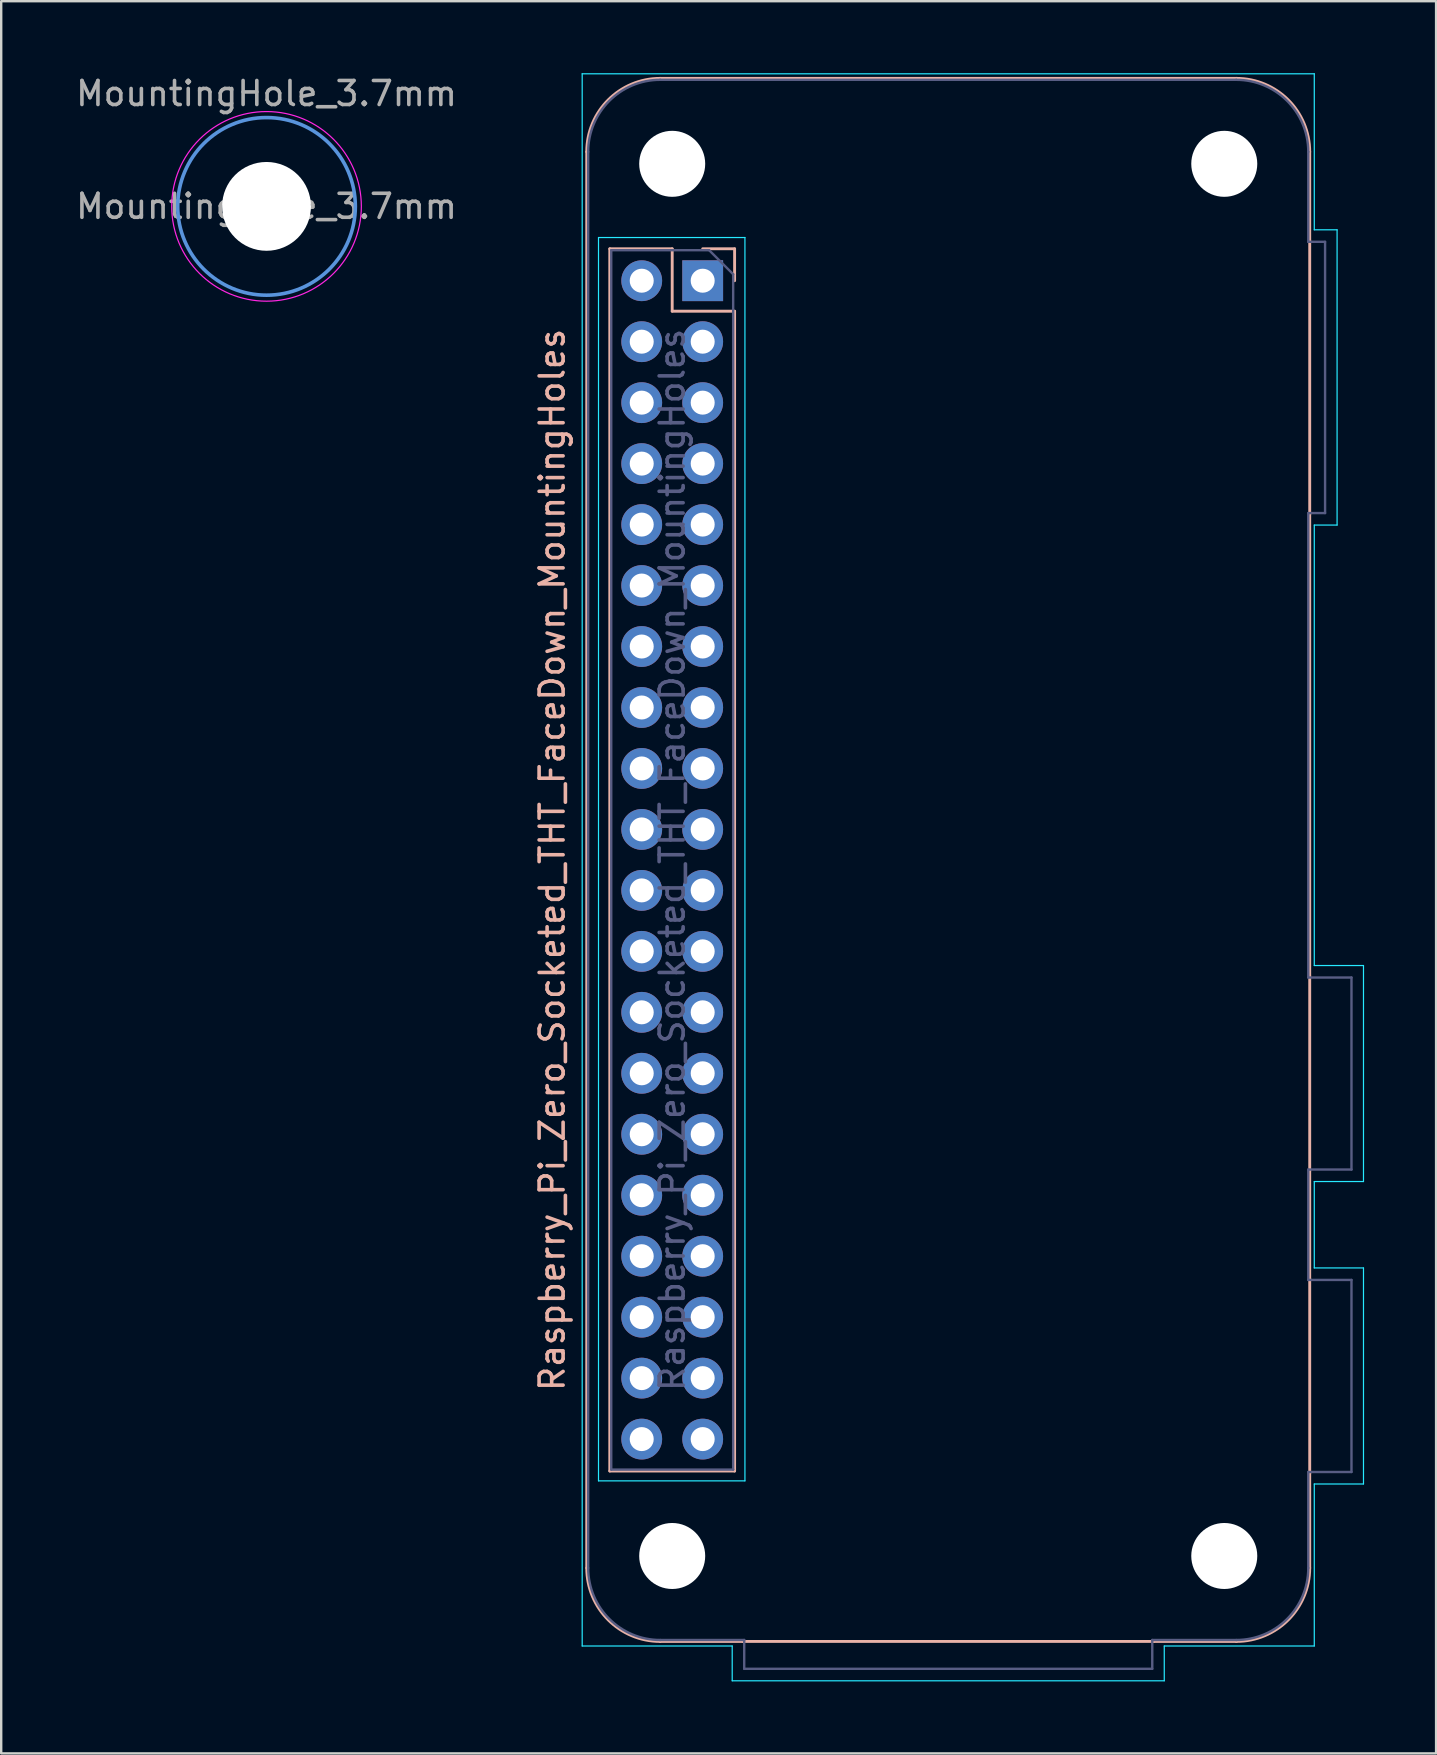
<source format=kicad_pcb>
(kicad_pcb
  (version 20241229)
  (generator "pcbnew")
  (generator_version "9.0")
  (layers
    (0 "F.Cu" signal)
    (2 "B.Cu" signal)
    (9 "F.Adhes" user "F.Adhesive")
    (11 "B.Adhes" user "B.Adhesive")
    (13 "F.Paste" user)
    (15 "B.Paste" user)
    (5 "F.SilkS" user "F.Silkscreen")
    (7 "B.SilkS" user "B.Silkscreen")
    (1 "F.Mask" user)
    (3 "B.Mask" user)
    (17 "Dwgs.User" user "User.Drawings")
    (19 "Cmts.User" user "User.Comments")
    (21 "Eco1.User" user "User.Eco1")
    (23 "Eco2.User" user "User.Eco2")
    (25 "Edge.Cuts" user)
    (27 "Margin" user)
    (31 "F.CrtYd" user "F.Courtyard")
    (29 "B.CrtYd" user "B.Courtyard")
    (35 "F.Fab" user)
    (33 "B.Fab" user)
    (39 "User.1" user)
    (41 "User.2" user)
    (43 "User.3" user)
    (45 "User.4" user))
  (footprint "MountingHole_3.7mm"
    (layer "F.Cu")
    (at 8.054 5.548)
    (property "Reference" "MountingHole_3.7mm" (at 0 -4.7 0) (layer "F.Fab") (effects (font (size 1 1) (thickness 0.15))))
    (attr exclude_from_pos_files exclude_from_bom)
    (fp_circle (center 0 0) (end 3.7 0) (stroke (width 0.15) (type solid)) (fill no) (layer "Cmts.User"))
    (fp_circle (center 0 0) (end 3.95 0) (stroke (width 0.05) (type solid)) (fill no) (layer "F.CrtYd"))
    (fp_text user "${REFERENCE}" (at 0 0 0) (layer "F.Fab") (effects (font (size 1 1) (thickness 0.15))))
    (pad "" np_thru_hole circle (at 0 0) (size 3.7 3.7) (drill 3.7) (layers "*.Cu" "*.Mask")))
  (footprint "Raspberry_Pi_Zero_Socketed_THT_FaceDown_MountingHoles"
    (layer "F.Cu")
    (at 26.225 8.645)
    (property "Reference" "Raspberry_Pi_Zero_Socketed_THT_FaceDown_MountingHoles" (at -6.27 24.13 270) (layer "B.SilkS") (effects (font (size 1 1) (thickness 0.15))))
    (attr through_hole)
    (fp_line (start -4.83 53.63) (end -4.83 -5.37) (stroke (width 0.12) (type solid)) (layer "B.SilkS"))
    (fp_line (start -3.87 -1.33) (end -3.87 49.59) (stroke (width 0.12) (type solid)) (layer "B.SilkS"))
    (fp_line (start -3.87 -1.33) (end -1.27 -1.33) (stroke (width 0.12) (type solid)) (layer "B.SilkS"))
    (fp_line (start -3.87 49.59) (end 1.33 49.59) (stroke (width 0.12) (type solid)) (layer "B.SilkS"))
    (fp_line (start -1.77 -8.43) (end 22.23 -8.43) (stroke (width 0.12) (type solid)) (layer "B.SilkS"))
    (fp_line (start -1.27 -1.33) (end -1.27 1.27) (stroke (width 0.12) (type solid)) (layer "B.SilkS"))
    (fp_line (start -1.27 1.27) (end 1.33 1.27) (stroke (width 0.12) (type solid)) (layer "B.SilkS"))
    (fp_line (start 0 -1.33) (end 1.33 -1.33) (stroke (width 0.12) (type solid)) (layer "B.SilkS"))
    (fp_line (start 1.33 -1.33) (end 1.33 0) (stroke (width 0.12) (type solid)) (layer "B.SilkS"))
    (fp_line (start 1.33 1.27) (end 1.33 49.59) (stroke (width 0.12) (type solid)) (layer "B.SilkS"))
    (fp_line (start 1.67 56.69) (end -1.77 56.69) (stroke (width 0.12) (type solid)) (layer "B.SilkS"))
    (fp_line (start 1.67 56.69) (end 18.79 56.69) (stroke (width 0.12) (type solid)) (layer "B.SilkS"))
    (fp_line (start 18.79 56.69) (end 22.23 56.69) (stroke (width 0.12) (type solid)) (layer "B.SilkS"))
    (fp_line (start 25.29 -1.68) (end 25.29 -5.37) (stroke (width 0.12) (type solid)) (layer "B.SilkS"))
    (fp_line (start 25.29 9.74) (end 25.29 -1.68) (stroke (width 0.12) (type solid)) (layer "B.SilkS"))
    (fp_line (start 25.29 28.97) (end 25.29 9.74) (stroke (width 0.12) (type solid)) (layer "B.SilkS"))
    (fp_line (start 25.29 37.09) (end 25.29 28.97) (stroke (width 0.12) (type solid)) (layer "B.SilkS"))
    (fp_line (start 25.29 41.57) (end 25.29 37.09) (stroke (width 0.12) (type solid)) (layer "B.SilkS"))
    (fp_line (start 25.29 49.69) (end 25.29 41.57) (stroke (width 0.12) (type solid)) (layer "B.SilkS"))
    (fp_line (start 25.29 53.63) (end 25.29 49.69) (stroke (width 0.12) (type solid)) (layer "B.SilkS"))
    (fp_arc (start -4.83 -5.37) (mid -3.933747 -7.533747) (end -1.77 -8.43) (stroke (width 0.12) (type solid)) (layer "B.SilkS"))
    (fp_arc (start -1.77 56.69) (mid -3.933747 55.793747) (end -4.83 53.63) (stroke (width 0.12) (type solid)) (layer "B.SilkS"))
    (fp_arc (start 22.23 -8.43) (mid 24.393747 -7.533747) (end 25.29 -5.37) (stroke (width 0.12) (type solid)) (layer "B.SilkS"))
    (fp_arc (start 25.29 53.63) (mid 24.393747 55.793747) (end 22.23 56.69) (stroke (width 0.12) (type solid)) (layer "B.SilkS"))
    (fp_line (start -5.02 -8.62) (end 25.48 -8.62) (stroke (width 0.05) (type solid)) (layer "B.CrtYd"))
    (fp_line (start -5.02 56.88) (end -5.02 -8.62) (stroke (width 0.05) (type solid)) (layer "B.CrtYd"))
    (fp_line (start -5.02 56.88) (end 1.23 56.88) (stroke (width 0.05) (type solid)) (layer "B.CrtYd"))
    (fp_line (start -4.34 -1.8) (end 1.76 -1.8) (stroke (width 0.05) (type solid)) (layer "B.CrtYd"))
    (fp_line (start -4.34 50) (end -4.34 -1.8) (stroke (width 0.05) (type solid)) (layer "B.CrtYd"))
    (fp_line (start 1.23 58.33) (end 1.23 56.88) (stroke (width 0.05) (type solid)) (layer "B.CrtYd"))
    (fp_line (start 1.76 -1.8) (end 1.76 50) (stroke (width 0.05) (type solid)) (layer "B.CrtYd"))
    (fp_line (start 1.76 50) (end -4.34 50) (stroke (width 0.05) (type solid)) (layer "B.CrtYd"))
    (fp_line (start 19.23 56.88) (end 25.48 56.88) (stroke (width 0.05) (type solid)) (layer "B.CrtYd"))
    (fp_line (start 19.23 58.33) (end 1.23 58.33) (stroke (width 0.05) (type solid)) (layer "B.CrtYd"))
    (fp_line (start 19.23 58.33) (end 19.23 56.88) (stroke (width 0.05) (type solid)) (layer "B.CrtYd"))
    (fp_line (start 25.48 -2.12) (end 25.48 -8.62) (stroke (width 0.05) (type solid)) (layer "B.CrtYd"))
    (fp_line (start 25.48 28.53) (end 25.48 10.18) (stroke (width 0.05) (type solid)) (layer "B.CrtYd"))
    (fp_line (start 25.48 37.53) (end 25.48 41.13) (stroke (width 0.05) (type solid)) (layer "B.CrtYd"))
    (fp_line (start 25.48 50.13) (end 25.48 56.88) (stroke (width 0.05) (type solid)) (layer "B.CrtYd"))
    (fp_line (start 26.43 -2.12) (end 25.48 -2.12) (stroke (width 0.05) (type solid)) (layer "B.CrtYd"))
    (fp_line (start 26.43 -2.12) (end 26.43 10.18) (stroke (width 0.05) (type solid)) (layer "B.CrtYd"))
    (fp_line (start 26.43 10.18) (end 25.48 10.18) (stroke (width 0.05) (type solid)) (layer "B.CrtYd"))
    (fp_line (start 27.53 28.53) (end 25.48 28.53) (stroke (width 0.05) (type solid)) (layer "B.CrtYd"))
    (fp_line (start 27.53 37.53) (end 25.48 37.53) (stroke (width 0.05) (type solid)) (layer "B.CrtYd"))
    (fp_line (start 27.53 37.53) (end 27.53 28.53) (stroke (width 0.05) (type solid)) (layer "B.CrtYd"))
    (fp_line (start 27.53 41.13) (end 25.48 41.13) (stroke (width 0.05) (type solid)) (layer "B.CrtYd"))
    (fp_line (start 27.53 50.13) (end 25.48 50.13) (stroke (width 0.05) (type solid)) (layer "B.CrtYd"))
    (fp_line (start 27.53 50.13) (end 27.53 41.13) (stroke (width 0.05) (type solid)) (layer "B.CrtYd"))
    (fp_line (start -4.77 53.63) (end -4.77 -5.37) (stroke (width 0.1) (type solid)) (layer "B.Fab"))
    (fp_line (start -3.81 -1.27) (end 0.27 -1.27) (stroke (width 0.1) (type solid)) (layer "B.Fab"))
    (fp_line (start -3.81 49.53) (end -3.81 -1.27) (stroke (width 0.1) (type solid)) (layer "B.Fab"))
    (fp_line (start -1.77 -8.37) (end 22.23 -8.37) (stroke (width 0.1) (type solid)) (layer "B.Fab"))
    (fp_line (start -1.77 56.63) (end 1.73 56.63) (stroke (width 0.1) (type solid)) (layer "B.Fab"))
    (fp_line (start 0.27 -1.27) (end 1.27 -0.27) (stroke (width 0.1) (type solid)) (layer "B.Fab"))
    (fp_line (start 1.27 -0.27) (end 1.27 49.53) (stroke (width 0.1) (type solid)) (layer "B.Fab"))
    (fp_line (start 1.27 49.53) (end -3.81 49.53) (stroke (width 0.1) (type solid)) (layer "B.Fab"))
    (fp_line (start 1.73 56.63) (end 1.73 57.83) (stroke (width 0.1) (type solid)) (layer "B.Fab"))
    (fp_line (start 1.73 57.83) (end 18.73 57.83) (stroke (width 0.1) (type solid)) (layer "B.Fab"))
    (fp_line (start 18.73 56.63) (end 18.73 57.83) (stroke (width 0.1) (type solid)) (layer "B.Fab"))
    (fp_line (start 22.23 56.63) (end 18.73 56.63) (stroke (width 0.1) (type solid)) (layer "B.Fab"))
    (fp_line (start 25.23 -1.62) (end 25.23 -5.37) (stroke (width 0.1) (type solid)) (layer "B.Fab"))
    (fp_line (start 25.23 -1.62) (end 25.93 -1.62) (stroke (width 0.1) (type solid)) (layer "B.Fab"))
    (fp_line (start 25.23 9.68) (end 25.93 9.68) (stroke (width 0.1) (type solid)) (layer "B.Fab"))
    (fp_line (start 25.23 29.03) (end 25.23 9.68) (stroke (width 0.1) (type solid)) (layer "B.Fab"))
    (fp_line (start 25.23 37.03) (end 27.03 37.03) (stroke (width 0.1) (type solid)) (layer "B.Fab"))
    (fp_line (start 25.23 41.63) (end 25.23 37.03) (stroke (width 0.1) (type solid)) (layer "B.Fab"))
    (fp_line (start 25.23 49.63) (end 25.23 53.63) (stroke (width 0.1) (type solid)) (layer "B.Fab"))
    (fp_line (start 25.23 49.63) (end 27.03 49.63) (stroke (width 0.1) (type solid)) (layer "B.Fab"))
    (fp_line (start 25.93 9.68) (end 25.93 -1.62) (stroke (width 0.1) (type solid)) (layer "B.Fab"))
    (fp_line (start 27.03 29.03) (end 25.23 29.03) (stroke (width 0.1) (type solid)) (layer "B.Fab"))
    (fp_line (start 27.03 37.03) (end 27.03 29.03) (stroke (width 0.1) (type solid)) (layer "B.Fab"))
    (fp_line (start 27.03 41.63) (end 25.23 41.63) (stroke (width 0.1) (type solid)) (layer "B.Fab"))
    (fp_line (start 27.03 49.63) (end 27.03 41.63) (stroke (width 0.1) (type solid)) (layer "B.Fab"))
    (fp_arc (start -4.77 -5.37) (mid -3.89132 -7.49132) (end -1.77 -8.37) (stroke (width 0.1) (type solid)) (layer "B.Fab"))
    (fp_arc (start -1.77 56.63) (mid -3.89132 55.75132) (end -4.77 53.63) (stroke (width 0.1) (type solid)) (layer "B.Fab"))
    (fp_arc (start 22.23 -8.37) (mid 24.35132 -7.49132) (end 25.23 -5.37) (stroke (width 0.1) (type solid)) (layer "B.Fab"))
    (fp_arc (start 25.23 53.63) (mid 24.35132 55.75132) (end 22.23 56.63) (stroke (width 0.1) (type solid)) (layer "B.Fab"))
    (fp_text user "${REFERENCE}" (at -1.27 24.13 270) (layer "B.Fab") (effects (font (size 1 1) (thickness 0.15))))
    (pad "" np_thru_hole circle (at -1.27 -4.87 90) (size 2.75 2.75) (drill 2.75) (layers "*.Cu" "*.Mask"))
    (pad "" np_thru_hole circle (at -1.27 53.13 90) (size 2.75 2.75) (drill 2.75) (layers "*.Cu" "*.Mask"))
    (pad "" np_thru_hole circle (at 21.73 -4.87 90) (size 2.75 2.75) (drill 2.75) (layers "*.Cu" "*.Mask"))
    (pad "" np_thru_hole circle (at 21.73 53.13 90) (size 2.75 2.75) (drill 2.75) (layers "*.Cu" "*.Mask"))
    (pad "1" thru_hole rect (at 0 0) (size 1.7 1.7) (drill 1) (layers "*.Cu" "*.Mask"))
    (pad "2" thru_hole oval (at -2.54 0) (size 1.7 1.7) (drill 1) (layers "*.Cu" "*.Mask"))
    (pad "3" thru_hole oval (at 0 2.54) (size 1.7 1.7) (drill 1) (layers "*.Cu" "*.Mask"))
    (pad "4" thru_hole oval (at -2.54 2.54) (size 1.7 1.7) (drill 1) (layers "*.Cu" "*.Mask"))
    (pad "5" thru_hole oval (at 0 5.08) (size 1.7 1.7) (drill 1) (layers "*.Cu" "*.Mask"))
    (pad "6" thru_hole oval (at -2.54 5.08) (size 1.7 1.7) (drill 1) (layers "*.Cu" "*.Mask"))
    (pad "7" thru_hole oval (at 0 7.62) (size 1.7 1.7) (drill 1) (layers "*.Cu" "*.Mask"))
    (pad "8" thru_hole oval (at -2.54 7.62) (size 1.7 1.7) (drill 1) (layers "*.Cu" "*.Mask"))
    (pad "9" thru_hole oval (at 0 10.16) (size 1.7 1.7) (drill 1) (layers "*.Cu" "*.Mask"))
    (pad "10" thru_hole oval (at -2.54 10.16) (size 1.7 1.7) (drill 1) (layers "*.Cu" "*.Mask"))
    (pad "11" thru_hole oval (at 0 12.7) (size 1.7 1.7) (drill 1) (layers "*.Cu" "*.Mask"))
    (pad "12" thru_hole oval (at -2.54 12.7) (size 1.7 1.7) (drill 1) (layers "*.Cu" "*.Mask"))
    (pad "13" thru_hole oval (at 0 15.24) (size 1.7 1.7) (drill 1) (layers "*.Cu" "*.Mask"))
    (pad "14" thru_hole oval (at -2.54 15.24) (size 1.7 1.7) (drill 1) (layers "*.Cu" "*.Mask"))
    (pad "15" thru_hole oval (at 0 17.78) (size 1.7 1.7) (drill 1) (layers "*.Cu" "*.Mask"))
    (pad "16" thru_hole oval (at -2.54 17.78) (size 1.7 1.7) (drill 1) (layers "*.Cu" "*.Mask"))
    (pad "17" thru_hole oval (at 0 20.32) (size 1.7 1.7) (drill 1) (layers "*.Cu" "*.Mask"))
    (pad "18" thru_hole oval (at -2.54 20.32) (size 1.7 1.7) (drill 1) (layers "*.Cu" "*.Mask"))
    (pad "19" thru_hole oval (at 0 22.86) (size 1.7 1.7) (drill 1) (layers "*.Cu" "*.Mask"))
    (pad "20" thru_hole oval (at -2.54 22.86) (size 1.7 1.7) (drill 1) (layers "*.Cu" "*.Mask"))
    (pad "21" thru_hole oval (at 0 25.4) (size 1.7 1.7) (drill 1) (layers "*.Cu" "*.Mask"))
    (pad "22" thru_hole oval (at -2.54 25.4) (size 1.7 1.7) (drill 1) (layers "*.Cu" "*.Mask"))
    (pad "23" thru_hole oval (at 0 27.94) (size 1.7 1.7) (drill 1) (layers "*.Cu" "*.Mask"))
    (pad "24" thru_hole oval (at -2.54 27.94) (size 1.7 1.7) (drill 1) (layers "*.Cu" "*.Mask"))
    (pad "25" thru_hole oval (at 0 30.48) (size 1.7 1.7) (drill 1) (layers "*.Cu" "*.Mask"))
    (pad "26" thru_hole oval (at -2.54 30.48) (size 1.7 1.7) (drill 1) (layers "*.Cu" "*.Mask"))
    (pad "27" thru_hole oval (at 0 33.02) (size 1.7 1.7) (drill 1) (layers "*.Cu" "*.Mask"))
    (pad "28" thru_hole oval (at -2.54 33.02) (size 1.7 1.7) (drill 1) (layers "*.Cu" "*.Mask"))
    (pad "29" thru_hole oval (at 0 35.56) (size 1.7 1.7) (drill 1) (layers "*.Cu" "*.Mask"))
    (pad "30" thru_hole oval (at -2.54 35.56) (size 1.7 1.7) (drill 1) (layers "*.Cu" "*.Mask"))
    (pad "31" thru_hole oval (at 0 38.1) (size 1.7 1.7) (drill 1) (layers "*.Cu" "*.Mask"))
    (pad "32" thru_hole oval (at -2.54 38.1) (size 1.7 1.7) (drill 1) (layers "*.Cu" "*.Mask"))
    (pad "33" thru_hole oval (at 0 40.64) (size 1.7 1.7) (drill 1) (layers "*.Cu" "*.Mask"))
    (pad "34" thru_hole oval (at -2.54 40.64) (size 1.7 1.7) (drill 1) (layers "*.Cu" "*.Mask"))
    (pad "35" thru_hole oval (at 0 43.18) (size 1.7 1.7) (drill 1) (layers "*.Cu" "*.Mask"))
    (pad "36" thru_hole oval (at -2.54 43.18) (size 1.7 1.7) (drill 1) (layers "*.Cu" "*.Mask"))
    (pad "37" thru_hole oval (at 0 45.72) (size 1.7 1.7) (drill 1) (layers "*.Cu" "*.Mask"))
    (pad "38" thru_hole oval (at -2.54 45.72) (size 1.7 1.7) (drill 1) (layers "*.Cu" "*.Mask"))
    (pad "39" thru_hole oval (at 0 48.26) (size 1.7 1.7) (drill 1) (layers "*.Cu" "*.Mask"))
    (pad "40" thru_hole oval (at -2.54 48.26) (size 1.7 1.7) (drill 1) (layers "*.Cu" "*.Mask")))
  (gr_rect
    (start -3 -3)
    (end 56.78 70)
    (stroke (width 0.1) (type default))
    (fill no)
    (layer "Edge.Cuts")))
</source>
